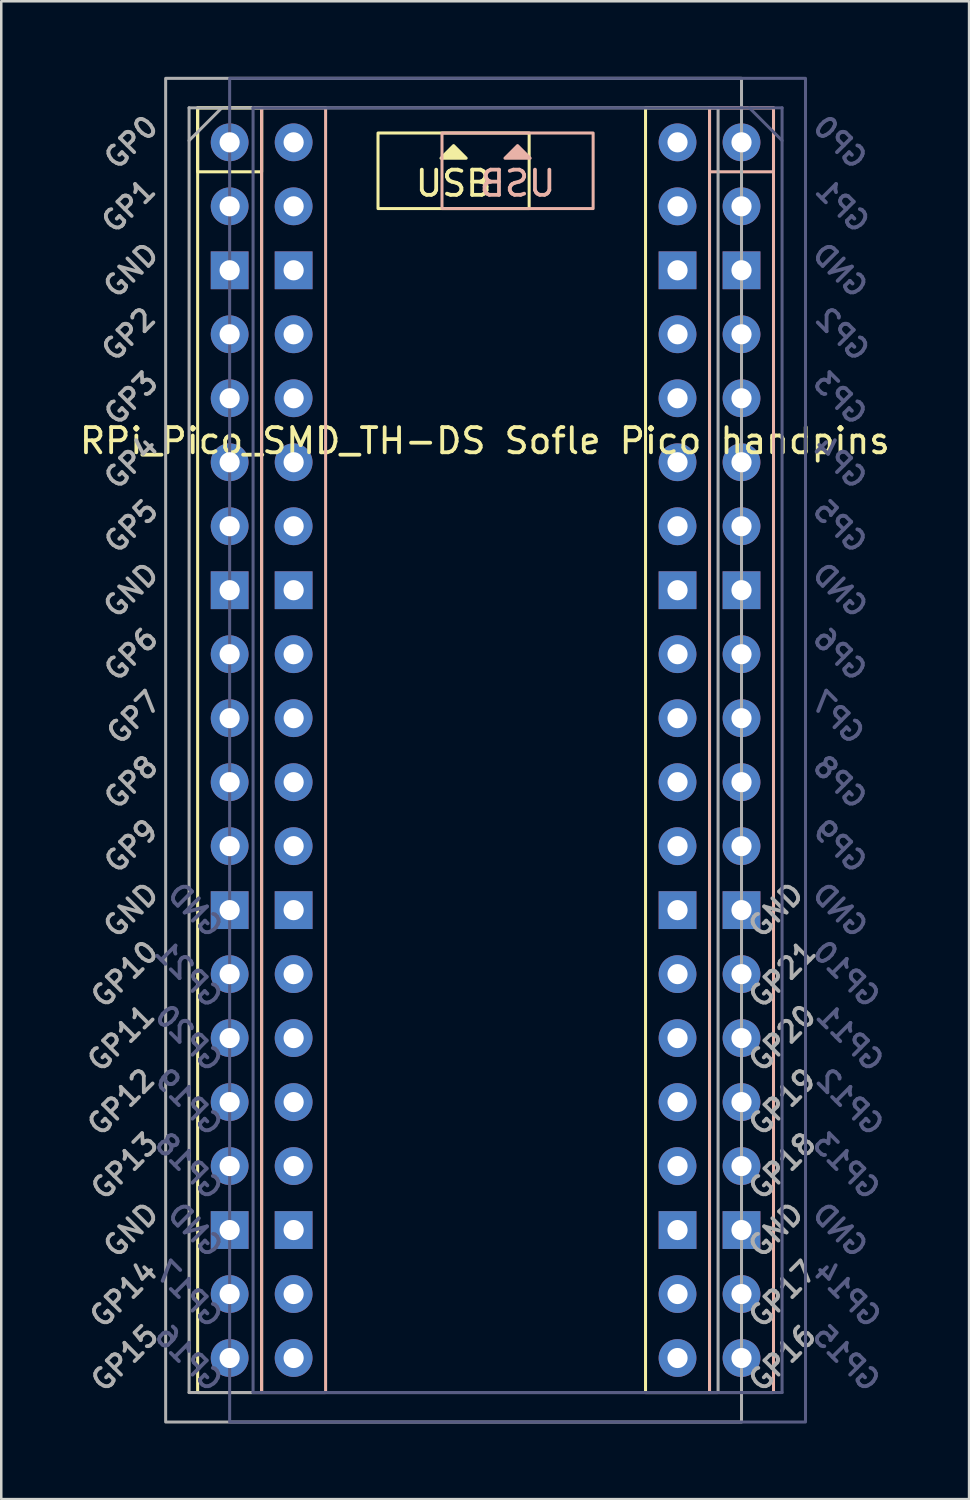
<source format=kicad_pcb>
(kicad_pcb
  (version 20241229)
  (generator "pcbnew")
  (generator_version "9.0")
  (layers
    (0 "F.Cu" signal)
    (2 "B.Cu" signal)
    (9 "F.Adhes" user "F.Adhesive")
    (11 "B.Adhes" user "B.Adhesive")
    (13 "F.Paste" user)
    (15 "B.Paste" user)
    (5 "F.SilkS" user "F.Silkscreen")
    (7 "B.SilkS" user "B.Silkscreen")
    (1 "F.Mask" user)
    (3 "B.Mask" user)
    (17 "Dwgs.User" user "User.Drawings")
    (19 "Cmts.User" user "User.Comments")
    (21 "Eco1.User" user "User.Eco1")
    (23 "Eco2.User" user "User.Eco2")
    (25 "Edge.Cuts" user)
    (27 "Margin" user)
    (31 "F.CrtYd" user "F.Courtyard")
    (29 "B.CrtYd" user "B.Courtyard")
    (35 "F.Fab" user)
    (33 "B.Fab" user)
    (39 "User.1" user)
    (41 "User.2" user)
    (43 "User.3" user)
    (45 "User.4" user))
  (footprint "RPi_Pico_SMD_TH-DS Sofle Pico handpins"
    (layer "F.Cu")
    (at 16.226 26.73)
    (property "Reference" "RPi_Pico_SMD_TH-DS Sofle Pico handpins" (at -0.03 -12.28 0) (layer "F.SilkS") (effects (font (size 1 1) (thickness 0.15))))
    (attr through_hole)
    (fp_rect (start -11.43 -25.5) (end -8.89 -22.96) (stroke (width 0.12) (type default)) (fill no) (layer "F.SilkS"))
    (fp_rect (start -11.43 -25.5) (end -8.89 25.5) (stroke (width 0.12) (type default)) (fill no) (layer "F.SilkS"))
    (fp_rect (start -4.27 -24.5) (end 1.73 -21.5) (stroke (width 0.12) (type solid)) (fill no) (layer "F.SilkS"))
    (fp_rect (start 6.35 -25.5) (end 8.89 25.5) (stroke (width 0.12) (type default)) (fill no) (layer "F.SilkS"))
    (fp_poly (pts (xy -0.77 -23.5) (xy -1.77 -23.5) (xy -1.27 -24)) (stroke (width 0.12) (type solid)) (fill yes) (layer "F.SilkS"))
    (fp_rect (start -6.35 -25.5) (end -8.89 25.5) (stroke (width 0.12) (type default)) (fill no) (layer "B.SilkS"))
    (fp_rect (start 4.27 -24.5) (end -1.73 -21.5) (stroke (width 0.12) (type solid)) (fill no) (layer "B.SilkS"))
    (fp_rect (start 11.43 -25.5) (end 8.89 -22.96) (stroke (width 0.12) (type default)) (fill no) (layer "B.SilkS"))
    (fp_rect (start 11.43 -25.5) (end 8.89 25.5) (stroke (width 0.12) (type default)) (fill no) (layer "B.SilkS"))
    (fp_poly (pts (xy 0.77 -23.5) (xy 1.77 -23.5) (xy 1.27 -24)) (stroke (width 0.12) (type solid)) (fill yes) (layer "B.SilkS"))
    (fp_line (start -9.23 -25.5) (end -9.23 25.5) (stroke (width 0.12) (type solid)) (layer "B.Fab"))
    (fp_line (start -9.23 25.5) (end 11.77 25.5) (stroke (width 0.12) (type solid)) (layer "B.Fab"))
    (fp_line (start 11.77 -25.5) (end -9.23 -25.5) (stroke (width 0.12) (type solid)) (layer "B.Fab"))
    (fp_line (start 11.77 -24.2) (end 10.47 -25.5) (stroke (width 0.12) (type solid)) (layer "B.Fab"))
    (fp_line (start 11.77 25.5) (end 11.77 -25.5) (stroke (width 0.12) (type solid)) (layer "B.Fab"))
    (fp_rect (start 12.7 -26.67) (end -10.16 26.67) (stroke (width 0.12) (type solid)) (fill no) (layer "B.Fab"))
    (fp_line (start -11.77 -25.5) (end 9.23 -25.5) (stroke (width 0.12) (type solid)) (layer "F.Fab"))
    (fp_line (start -11.77 -24.2) (end -10.47 -25.5) (stroke (width 0.12) (type solid)) (layer "F.Fab"))
    (fp_line (start -11.77 25.5) (end -11.77 -25.5) (stroke (width 0.12) (type solid)) (layer "F.Fab"))
    (fp_line (start 9.23 -25.5) (end 9.23 25.5) (stroke (width 0.12) (type solid)) (layer "F.Fab"))
    (fp_line (start 9.23 25.5) (end -11.77 25.5) (stroke (width 0.12) (type solid)) (layer "F.Fab"))
    (fp_rect (start -12.7 -26.67) (end 10.16 26.67) (stroke (width 0.12) (type solid)) (fill no) (layer "F.Fab"))
    (fp_text user "USB" (at -1.27 -22.5 0) (unlocked yes) (layer "F.SilkS") (effects (font (size 1 1) (thickness 0.15))))
    (fp_text user "USB" (at 1.27 -22.5 0) (unlocked yes) (layer "B.SilkS") (effects (font (size 1 1) (thickness 0.15)) (justify mirror)))
    (fp_text user "GP8" (at 14.07 1.27 315) (layer "B.Fab") (effects (font (size 0.8 0.8) (thickness 0.15)) (justify mirror)))
    (fp_text user "GND" (at 14.07 6.35 315) (layer "B.Fab") (effects (font (size 0.8 0.8) (thickness 0.15)) (justify mirror)))
    (fp_text user "GP18" (at -11.784 16.51 315) (layer "B.Fab") (effects (font (size 0.8 0.8) (thickness 0.15)) (justify mirror)))
    (fp_text user "GND" (at 14.07 -6.35 315) (layer "B.Fab") (effects (font (size 0.8 0.8) (thickness 0.15)) (justify mirror)))
    (fp_text user "GP6" (at 14.07 -3.81 315) (layer "B.Fab") (effects (font (size 0.8 0.8) (thickness 0.15)) (justify mirror)))
    (fp_text user "GP21" (at -11.784 8.9 315) (layer "B.Fab") (effects (font (size 0.8 0.8) (thickness 0.15)) (justify mirror)))
    (fp_text user "GND" (at 14.07 -19.05 315) (layer "B.Fab") (effects (font (size 0.8 0.8) (thickness 0.15)) (justify mirror)))
    (fp_text user "GP3" (at 14.07 -13.97 315) (layer "B.Fab") (effects (font (size 0.8 0.8) (thickness 0.15)) (justify mirror)))
    (fp_text user "GP17" (at -11.784 21.59 315) (layer "B.Fab") (effects (font (size 0.8 0.8) (thickness 0.15)) (justify mirror)))
    (fp_text user "GP16" (at -11.784 24.13 315) (layer "B.Fab") (effects (font (size 0.8 0.8) (thickness 0.15)) (justify mirror)))
    (fp_text user "GP19" (at -11.784 13.97 315) (layer "B.Fab") (effects (font (size 0.8 0.8) (thickness 0.15)) (justify mirror)))
    (fp_text user "GP10" (at 14.324 8.89 315) (layer "B.Fab") (effects (font (size 0.8 0.8) (thickness 0.15)) (justify mirror)))
    (fp_text user "GND" (at 14.07 19.05 315) (layer "B.Fab") (effects (font (size 0.8 0.8) (thickness 0.15)) (justify mirror)))
    (fp_text user "GP13" (at 14.324 16.51 315) (layer "B.Fab") (effects (font (size 0.8 0.8) (thickness 0.15)) (justify mirror)))
    (fp_text user "GP4" (at 14.07 -11.43 315) (layer "B.Fab") (effects (font (size 0.8 0.8) (thickness 0.15)) (justify mirror)))
    (fp_text user "GP15" (at 14.324 24.13 315) (layer "B.Fab") (effects (font (size 0.8 0.8) (thickness 0.15)) (justify mirror)))
    (fp_text user "GP20" (at -11.784 11.43 315) (layer "B.Fab") (effects (font (size 0.8 0.8) (thickness 0.15)) (justify mirror)))
    (fp_text user "GP7" (at 13.97 -1.3 315) (layer "B.Fab") (effects (font (size 0.8 0.8) (thickness 0.15)) (justify mirror)))
    (fp_text user "GP2" (at 14.17 -16.51 315) (layer "B.Fab") (effects (font (size 0.8 0.8) (thickness 0.15)) (justify mirror)))
    (fp_text user "GP9" (at 14.07 3.81 315) (layer "B.Fab") (effects (font (size 0.8 0.8) (thickness 0.15)) (justify mirror)))
    (fp_text user "GP1" (at 14.17 -21.6 315) (layer "B.Fab") (effects (font (size 0.8 0.8) (thickness 0.15)) (justify mirror)))
    (fp_text user "GP14" (at 14.37 21.59 315) (layer "B.Fab") (effects (font (size 0.8 0.8) (thickness 0.15)) (justify mirror)))
    (fp_text user "GP12" (at 14.47 13.97 315) (layer "B.Fab") (effects (font (size 0.8 0.8) (thickness 0.15)) (justify mirror)))
    (fp_text user "GP5" (at 14.07 -8.89 315) (layer "B.Fab") (effects (font (size 0.8 0.8) (thickness 0.15)) (justify mirror)))
    (fp_text user "GP11" (at 14.47 11.43 315) (layer "B.Fab") (effects (font (size 0.8 0.8) (thickness 0.15)) (justify mirror)))
    (fp_text user "GP0" (at 14.07 -24.13 315) (layer "B.Fab") (effects (font (size 0.8 0.8) (thickness 0.15)) (justify mirror)))
    (fp_text user "GND" (at -11.53 6.35 315) (layer "B.Fab") (effects (font (size 0.8 0.8) (thickness 0.15)) (justify mirror)))
    (fp_text user "GND" (at -11.53 19.05 315) (layer "B.Fab") (effects (font (size 0.8 0.8) (thickness 0.15)) (justify mirror)))
    (fp_text user "GP3" (at -14.07 -13.97 45) (layer "F.Fab") (effects (font (size 0.8 0.8) (thickness 0.15))))
    (fp_text user "GP17" (at 11.784 21.59 45) (layer "F.Fab") (effects (font (size 0.8 0.8) (thickness 0.15))))
    (fp_text user "GP20" (at 11.784 11.43 45) (layer "F.Fab") (effects (font (size 0.8 0.8) (thickness 0.15))))
    (fp_text user "GND" (at -14.07 -19.05 45) (layer "F.Fab") (effects (font (size 0.8 0.8) (thickness 0.15))))
    (fp_text user "GP13" (at -14.324 16.51 45) (layer "F.Fab") (effects (font (size 0.8 0.8) (thickness 0.15))))
    (fp_text user "GP21" (at 11.784 8.9 45) (layer "F.Fab") (effects (font (size 0.8 0.8) (thickness 0.15))))
    (fp_text user "GND" (at -14.07 19.05 45) (layer "F.Fab") (effects (font (size 0.8 0.8) (thickness 0.15))))
    (fp_text user "GP12" (at -14.47 13.97 45) (layer "F.Fab") (effects (font (size 0.8 0.8) (thickness 0.15))))
    (fp_text user "GP9" (at -14.07 3.81 45) (layer "F.Fab") (effects (font (size 0.8 0.8) (thickness 0.15))))
    (fp_text user "GP18" (at 11.784 16.51 45) (layer "F.Fab") (effects (font (size 0.8 0.8) (thickness 0.15))))
    (fp_text user "GND" (at -14.07 -6.35 45) (layer "F.Fab") (effects (font (size 0.8 0.8) (thickness 0.15))))
    (fp_text user "GP4" (at -14.07 -11.43 45) (layer "F.Fab") (effects (font (size 0.8 0.8) (thickness 0.15))))
    (fp_text user "GND" (at 11.53 6.35 45) (layer "F.Fab") (effects (font (size 0.8 0.8) (thickness 0.15))))
    (fp_text user "GP1" (at -14.17 -21.6 45) (layer "F.Fab") (effects (font (size 0.8 0.8) (thickness 0.15))))
    (fp_text user "GP7" (at -13.97 -1.3 45) (layer "F.Fab") (effects (font (size 0.8 0.8) (thickness 0.15))))
    (fp_text user "GP14" (at -14.37 21.59 45) (layer "F.Fab") (effects (font (size 0.8 0.8) (thickness 0.15))))
    (fp_text user "GP15" (at -14.324 24.13 45) (layer "F.Fab") (effects (font (size 0.8 0.8) (thickness 0.15))))
    (fp_text user "GP0" (at -14.07 -24.13 45) (layer "F.Fab") (effects (font (size 0.8 0.8) (thickness 0.15))))
    (fp_text user "GND" (at 11.53 19.05 45) (layer "F.Fab") (effects (font (size 0.8 0.8) (thickness 0.15))))
    (fp_text user "GP2" (at -14.17 -16.51 45) (layer "F.Fab") (effects (font (size 0.8 0.8) (thickness 0.15))))
    (fp_text user "GP16" (at 11.784 24.13 45) (layer "F.Fab") (effects (font (size 0.8 0.8) (thickness 0.15))))
    (fp_text user "GP6" (at -14.07 -3.81 45) (layer "F.Fab") (effects (font (size 0.8 0.8) (thickness 0.15))))
    (fp_text user "GP5" (at -14.07 -8.89 45) (layer "F.Fab") (effects (font (size 0.8 0.8) (thickness 0.15))))
    (fp_text user "GP19" (at 11.784 13.97 45) (layer "F.Fab") (effects (font (size 0.8 0.8) (thickness 0.15))))
    (fp_text user "GP11" (at -14.47 11.43 45) (layer "F.Fab") (effects (font (size 0.8 0.8) (thickness 0.15))))
    (fp_text user "GP8" (at -14.07 1.27 45) (layer "F.Fab") (effects (font (size 0.8 0.8) (thickness 0.15))))
    (fp_text user "GND" (at -14.07 6.35 45) (layer "F.Fab") (effects (font (size 0.8 0.8) (thickness 0.15))))
    (fp_text user "GP10" (at -14.324 8.89 45) (layer "F.Fab") (effects (font (size 0.8 0.8) (thickness 0.15))))
    (pad "1" thru_hole circle (at -10.16 -24.13) (size 1.5 1.5) (drill 0.8) (layers "*.Cu" "B.Mask"))
    (pad "1" thru_hole circle (at 10.16 -24.13) (size 1.5 1.5) (drill 0.8) (layers "*.Cu" "F.Mask"))
    (pad "2" thru_hole circle (at -10.16 -21.59) (size 1.5 1.5) (drill 0.8) (layers "*.Cu" "B.Mask"))
    (pad "2" thru_hole circle (at 10.16 -21.59) (size 1.5 1.5) (drill 0.8) (layers "*.Cu" "F.Mask"))
    (pad "3" thru_hole rect (at -10.16 -19.05) (size 1.5 1.5) (drill 0.8) (layers "*.Cu" "B.Mask"))
    (pad "3" thru_hole rect (at 10.16 -19.05) (size 1.5 1.5) (drill 0.8) (layers "*.Cu" "F.Mask"))
    (pad "4" thru_hole circle (at -10.16 -16.51) (size 1.5 1.5) (drill 0.8) (layers "*.Cu" "B.Mask"))
    (pad "4" thru_hole circle (at 10.16 -16.51) (size 1.5 1.5) (drill 0.8) (layers "*.Cu" "F.Mask"))
    (pad "5" thru_hole circle (at -10.16 -13.97) (size 1.5 1.5) (drill 0.8) (layers "*.Cu" "B.Mask"))
    (pad "5" thru_hole circle (at 10.16 -13.97) (size 1.5 1.5) (drill 0.8) (layers "*.Cu" "F.Mask"))
    (pad "6" thru_hole circle (at -10.16 -11.43) (size 1.5 1.5) (drill 0.8) (layers "*.Cu" "B.Mask"))
    (pad "6" thru_hole circle (at 10.16 -11.43) (size 1.5 1.5) (drill 0.8) (layers "*.Cu" "F.Mask"))
    (pad "7" thru_hole circle (at -10.16 -8.89) (size 1.5 1.5) (drill 0.8) (layers "*.Cu" "B.Mask"))
    (pad "7" thru_hole circle (at 10.16 -8.89) (size 1.5 1.5) (drill 0.8) (layers "*.Cu" "F.Mask"))
    (pad "8" thru_hole rect (at -10.16 -6.35) (size 1.5 1.5) (drill 0.8) (layers "*.Cu" "B.Mask"))
    (pad "8" thru_hole rect (at 10.16 -6.35) (size 1.5 1.5) (drill 0.8) (layers "*.Cu" "F.Mask"))
    (pad "9" thru_hole circle (at -10.16 -3.81) (size 1.5 1.5) (drill 0.8) (layers "*.Cu" "B.Mask"))
    (pad "9" thru_hole circle (at 10.16 -3.81) (size 1.5 1.5) (drill 0.8) (layers "*.Cu" "F.Mask"))
    (pad "10" thru_hole circle (at -10.16 -1.27) (size 1.5 1.5) (drill 0.8) (layers "*.Cu" "B.Mask"))
    (pad "10" thru_hole circle (at 10.16 -1.27) (size 1.5 1.5) (drill 0.8) (layers "*.Cu" "F.Mask"))
    (pad "11" thru_hole circle (at -10.16 1.27) (size 1.5 1.5) (drill 0.8) (layers "*.Cu" "B.Mask"))
    (pad "11" thru_hole circle (at 10.16 1.27) (size 1.5 1.5) (drill 0.8) (layers "*.Cu" "F.Mask"))
    (pad "12" thru_hole circle (at -10.16 3.81) (size 1.5 1.5) (drill 0.8) (layers "*.Cu" "B.Mask"))
    (pad "12" thru_hole circle (at 10.16 3.81) (size 1.5 1.5) (drill 0.8) (layers "*.Cu" "F.Mask"))
    (pad "13" thru_hole rect (at -10.16 6.35) (size 1.5 1.5) (drill 0.8) (layers "*.Cu" "B.Mask"))
    (pad "13" thru_hole rect (at 10.16 6.35) (size 1.5 1.5) (drill 0.8) (layers "*.Cu" "F.Mask"))
    (pad "14" thru_hole circle (at -10.16 8.89) (size 1.5 1.5) (drill 0.8) (layers "*.Cu" "B.Mask"))
    (pad "14" thru_hole circle (at 10.16 8.89) (size 1.5 1.5) (drill 0.8) (layers "*.Cu" "F.Mask"))
    (pad "15" thru_hole circle (at -10.16 11.43) (size 1.5 1.5) (drill 0.8) (layers "*.Cu" "B.Mask"))
    (pad "15" thru_hole circle (at 10.16 11.43) (size 1.5 1.5) (drill 0.8) (layers "*.Cu" "F.Mask"))
    (pad "16" thru_hole circle (at -10.16 13.97) (size 1.5 1.5) (drill 0.8) (layers "*.Cu" "B.Mask"))
    (pad "16" thru_hole circle (at 10.16 13.97) (size 1.5 1.5) (drill 0.8) (layers "*.Cu" "F.Mask"))
    (pad "17" thru_hole circle (at -10.16 16.51) (size 1.5 1.5) (drill 0.8) (layers "*.Cu" "B.Mask"))
    (pad "17" thru_hole circle (at 10.16 16.51) (size 1.5 1.5) (drill 0.8) (layers "*.Cu" "F.Mask"))
    (pad "18" thru_hole rect (at -10.16 19.05) (size 1.5 1.5) (drill 0.8) (layers "*.Cu" "B.Mask"))
    (pad "18" thru_hole rect (at 10.16 19.05) (size 1.5 1.5) (drill 0.8) (layers "*.Cu" "F.Mask"))
    (pad "19" thru_hole circle (at -10.16 21.59) (size 1.5 1.5) (drill 0.8) (layers "*.Cu" "B.Mask"))
    (pad "19" thru_hole circle (at 10.16 21.59) (size 1.5 1.5) (drill 0.8) (layers "*.Cu" "F.Mask"))
    (pad "20" thru_hole circle (at -10.16 24.13) (size 1.5 1.5) (drill 0.8) (layers "*.Cu" "B.Mask"))
    (pad "20" thru_hole circle (at 10.16 24.13) (size 1.5 1.5) (drill 0.8) (layers "*.Cu" "F.Mask"))
    (pad "21" thru_hole circle (at -7.62 24.13) (size 1.5 1.5) (drill 0.8) (layers "*.Cu" "F.Mask"))
    (pad "21" thru_hole circle (at 7.62 24.13) (size 1.5 1.5) (drill 0.8) (layers "*.Cu" "B.Mask"))
    (pad "22" thru_hole circle (at -7.62 21.59) (size 1.5 1.5) (drill 0.8) (layers "*.Cu" "F.Mask"))
    (pad "22" thru_hole circle (at 7.62 21.59) (size 1.5 1.5) (drill 0.8) (layers "*.Cu" "B.Mask"))
    (pad "23" thru_hole rect (at -7.62 19.05) (size 1.5 1.5) (drill 0.8) (layers "*.Cu" "F.Mask"))
    (pad "23" thru_hole rect (at 7.62 19.05) (size 1.5 1.5) (drill 0.8) (layers "*.Cu" "B.Mask"))
    (pad "24" thru_hole circle (at 7.62 16.51) (size 1.5 1.5) (drill 0.8) (layers "*.Cu" "B.Mask"))
    (pad "24b" thru_hole circle (at -7.62 16.51) (size 1.5 1.5) (drill 0.8) (layers "*.Cu" "F.Mask"))
    (pad "25" thru_hole circle (at -7.62 13.97) (size 1.5 1.5) (drill 0.8) (layers "*.Cu" "F.Mask"))
    (pad "25" thru_hole circle (at 7.62 13.97) (size 1.5 1.5) (drill 0.8) (layers "*.Cu" "B.Mask"))
    (pad "26" thru_hole circle (at -7.62 11.43) (size 1.5 1.5) (drill 0.8) (layers "*.Cu" "F.Mask"))
    (pad "26" thru_hole circle (at 7.62 11.43) (size 1.5 1.5) (drill 0.8) (layers "*.Cu" "B.Mask"))
    (pad "27" thru_hole circle (at -7.62 8.89) (size 1.5 1.5) (drill 0.8) (layers "*.Cu" "F.Mask"))
    (pad "27" thru_hole circle (at 7.62 8.89) (size 1.5 1.5) (drill 0.8) (layers "*.Cu" "B.Mask"))
    (pad "28" thru_hole rect (at -7.62 6.35) (size 1.5 1.5) (drill 0.8) (layers "*.Cu" "F.Mask"))
    (pad "28" thru_hole rect (at 7.62 6.35) (size 1.5 1.5) (drill 0.8) (layers "*.Cu" "B.Mask"))
    (pad "29" thru_hole circle (at -7.62 3.81) (size 1.5 1.5) (drill 0.8) (layers "*.Cu" "F.Mask"))
    (pad "29" thru_hole circle (at 7.62 3.81) (size 1.5 1.5) (drill 0.8) (layers "*.Cu" "B.Mask"))
    (pad "30" thru_hole circle (at -7.62 1.27) (size 1.5 1.5) (drill 0.8) (layers "*.Cu" "F.Mask"))
    (pad "30" thru_hole circle (at 7.62 1.27) (size 1.5 1.5) (drill 0.8) (layers "*.Cu" "B.Mask"))
    (pad "31" thru_hole circle (at -7.62 -1.27) (size 1.5 1.5) (drill 0.8) (layers "*.Cu" "F.Mask"))
    (pad "31" thru_hole circle (at 7.62 -1.27) (size 1.5 1.5) (drill 0.8) (layers "*.Cu" "B.Mask"))
    (pad "32" thru_hole circle (at -7.62 -3.81) (size 1.5 1.5) (drill 0.8) (layers "*.Cu" "F.Mask"))
    (pad "32" thru_hole circle (at 7.62 -3.81) (size 1.5 1.5) (drill 0.8) (layers "*.Cu" "B.Mask"))
    (pad "33" thru_hole rect (at -7.62 -6.35) (size 1.5 1.5) (drill 0.8) (layers "*.Cu" "F.Mask"))
    (pad "33" thru_hole rect (at 7.62 -6.35) (size 1.5 1.5) (drill 0.8) (layers "*.Cu" "B.Mask"))
    (pad "34" thru_hole circle (at -7.62 -8.89) (size 1.5 1.5) (drill 0.8) (layers "*.Cu" "F.Mask"))
    (pad "34" thru_hole circle (at 7.62 -8.89) (size 1.5 1.5) (drill 0.8) (layers "*.Cu" "B.Mask"))
    (pad "35" thru_hole circle (at -7.62 -11.43) (size 1.5 1.5) (drill 0.8) (layers "*.Cu" "F.Mask"))
    (pad "35" thru_hole circle (at 7.62 -11.43) (size 1.5 1.5) (drill 0.8) (layers "*.Cu" "B.Mask"))
    (pad "36" thru_hole circle (at -7.62 -13.97) (size 1.5 1.5) (drill 0.8) (layers "*.Cu" "F.Mask"))
    (pad "36" thru_hole circle (at 7.62 -13.97) (size 1.5 1.5) (drill 0.8) (layers "*.Cu" "B.Mask"))
    (pad "37" thru_hole circle (at -7.62 -16.51) (size 1.5 1.5) (drill 0.8) (layers "*.Cu" "F.Mask"))
    (pad "37" thru_hole circle (at 7.62 -16.51) (size 1.5 1.5) (drill 0.8) (layers "*.Cu" "B.Mask"))
    (pad "38" thru_hole rect (at -7.62 -19.05) (size 1.5 1.5) (drill 0.8) (layers "*.Cu" "F.Mask"))
    (pad "38" thru_hole rect (at 7.62 -19.05) (size 1.5 1.5) (drill 0.8) (layers "*.Cu" "B.Mask"))
    (pad "39" thru_hole circle (at -7.62 -21.59) (size 1.5 1.5) (drill 0.8) (layers "*.Cu" "F.Mask"))
    (pad "39" thru_hole circle (at 7.62 -21.59) (size 1.5 1.5) (drill 0.8) (layers "*.Cu" "B.Mask"))
    (pad "40" thru_hole circle (at -7.62 -24.13) (size 1.5 1.5) (drill 0.8) (layers "*.Cu" "F.Mask"))
    (pad "40" thru_hole circle (at 7.62 -24.13) (size 1.5 1.5) (drill 0.8) (layers "*.Cu" "B.Mask")))
  (gr_rect
    (start -3 -3)
    (end 35.42 56.46)
    (stroke (width 0.1) (type default))
    (fill no)
    (layer "Edge.Cuts")))
</source>
